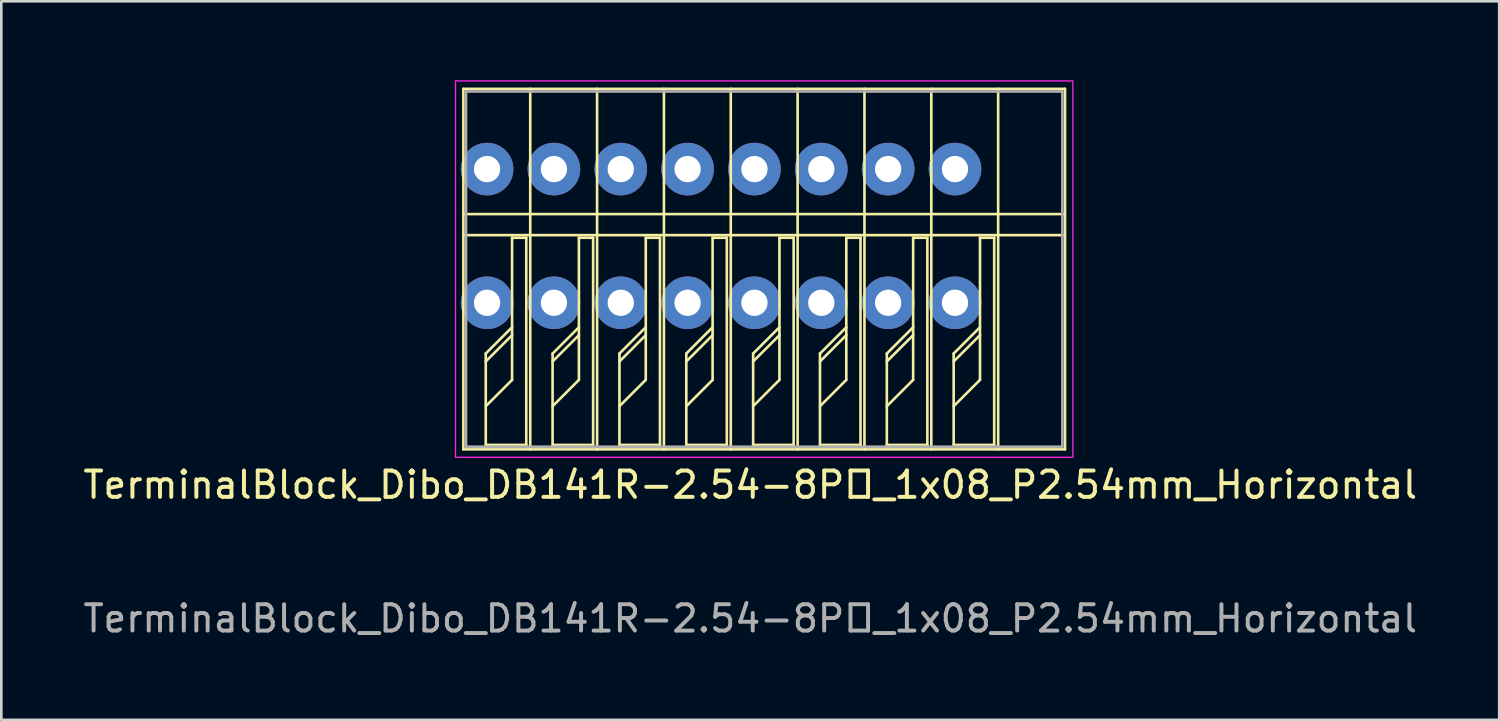
<source format=kicad_pcb>
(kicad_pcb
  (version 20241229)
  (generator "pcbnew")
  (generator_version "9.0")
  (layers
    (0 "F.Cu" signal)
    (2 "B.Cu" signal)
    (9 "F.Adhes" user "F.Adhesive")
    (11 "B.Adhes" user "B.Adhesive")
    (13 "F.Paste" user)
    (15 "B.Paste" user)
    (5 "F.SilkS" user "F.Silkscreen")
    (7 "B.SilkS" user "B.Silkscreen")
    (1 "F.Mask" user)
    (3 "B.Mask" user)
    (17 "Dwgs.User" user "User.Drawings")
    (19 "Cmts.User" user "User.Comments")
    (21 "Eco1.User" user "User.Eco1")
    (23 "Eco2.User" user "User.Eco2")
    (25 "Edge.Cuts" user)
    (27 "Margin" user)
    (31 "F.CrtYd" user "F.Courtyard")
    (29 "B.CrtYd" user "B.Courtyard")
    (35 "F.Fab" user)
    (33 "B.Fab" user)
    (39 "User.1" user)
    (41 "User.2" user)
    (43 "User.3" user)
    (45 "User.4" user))
  (footprint "TerminalBlock_Dibo_DB141R-2.54-8P_1x08_P2.54mm_Horizontal"
    (layer "F.Cu")
    (at 24.348 5.915)
    (property "Reference" "TerminalBlock_Dibo_DB141R-2.54-8P_1x08_P2.54mm_Horizontal" (at 1.11 9.46 0) (unlocked yes) (layer "F.SilkS") (effects (font (size 1 1) (thickness 0.15))))
    (attr through_hole)
    (fp_line (start -9.79 8.11) (end -9.79 -5.59) (stroke (width 0.1) (type default)) (layer "F.SilkS"))
    (fp_line (start -8.94 4.47) (end -8.94 7.94) (stroke (width 0.1) (type default)) (layer "F.SilkS"))
    (fp_line (start -8.94 4.47) (end -7.94 3.47) (stroke (width 0.1) (type default)) (layer "F.SilkS"))
    (fp_line (start -8.94 7.94) (end -7.4 7.94) (stroke (width 0.1) (type default)) (layer "F.SilkS"))
    (fp_line (start -7.94 0.07) (end -7.94 5.47) (stroke (width 0.1) (type default)) (layer "F.SilkS"))
    (fp_line (start -7.94 0.07) (end -7.4 0.07) (stroke (width 0.1) (type default)) (layer "F.SilkS"))
    (fp_line (start -7.94 3.77) (end -8.94 4.77) (stroke (width 0.1) (type default)) (layer "F.SilkS"))
    (fp_line (start -7.94 5.47) (end -8.94 6.47) (stroke (width 0.1) (type default)) (layer "F.SilkS"))
    (fp_line (start -7.4 7.94) (end -7.4 0.07) (stroke (width 0.1) (type default)) (layer "F.SilkS"))
    (fp_line (start -7.25 8.11) (end -7.25 -5.59) (stroke (width 0.1) (type default)) (layer "F.SilkS"))
    (fp_line (start -6.4 4.47) (end -6.4 7.94) (stroke (width 0.1) (type default)) (layer "F.SilkS"))
    (fp_line (start -6.4 4.47) (end -5.4 3.47) (stroke (width 0.1) (type default)) (layer "F.SilkS"))
    (fp_line (start -6.4 7.94) (end -4.86 7.94) (stroke (width 0.1) (type default)) (layer "F.SilkS"))
    (fp_line (start -5.4 0.07) (end -5.4 5.47) (stroke (width 0.1) (type default)) (layer "F.SilkS"))
    (fp_line (start -5.4 0.07) (end -4.86 0.07) (stroke (width 0.1) (type default)) (layer "F.SilkS"))
    (fp_line (start -5.4 3.77) (end -6.4 4.77) (stroke (width 0.1) (type default)) (layer "F.SilkS"))
    (fp_line (start -5.4 5.47) (end -6.4 6.47) (stroke (width 0.1) (type default)) (layer "F.SilkS"))
    (fp_line (start -4.86 7.94) (end -4.86 0.07) (stroke (width 0.1) (type default)) (layer "F.SilkS"))
    (fp_line (start -4.71 8.11) (end -4.71 -5.59) (stroke (width 0.1) (type default)) (layer "F.SilkS"))
    (fp_line (start -3.86 4.47) (end -3.86 7.94) (stroke (width 0.1) (type default)) (layer "F.SilkS"))
    (fp_line (start -3.86 4.47) (end -2.86 3.47) (stroke (width 0.1) (type default)) (layer "F.SilkS"))
    (fp_line (start -3.86 7.94) (end -2.32 7.94) (stroke (width 0.1) (type default)) (layer "F.SilkS"))
    (fp_line (start -2.86 0.07) (end -2.86 5.47) (stroke (width 0.1) (type default)) (layer "F.SilkS"))
    (fp_line (start -2.86 0.07) (end -2.32 0.07) (stroke (width 0.1) (type default)) (layer "F.SilkS"))
    (fp_line (start -2.86 3.77) (end -3.86 4.77) (stroke (width 0.1) (type default)) (layer "F.SilkS"))
    (fp_line (start -2.86 5.47) (end -3.86 6.47) (stroke (width 0.1) (type default)) (layer "F.SilkS"))
    (fp_line (start -2.32 7.94) (end -2.32 0.07) (stroke (width 0.1) (type default)) (layer "F.SilkS"))
    (fp_line (start -2.17 8.11) (end -2.17 -5.59) (stroke (width 0.1) (type default)) (layer "F.SilkS"))
    (fp_line (start -1.32 4.47) (end -1.32 7.94) (stroke (width 0.1) (type default)) (layer "F.SilkS"))
    (fp_line (start -1.32 4.47) (end -0.32 3.47) (stroke (width 0.1) (type default)) (layer "F.SilkS"))
    (fp_line (start -1.32 7.94) (end 0.22 7.94) (stroke (width 0.1) (type default)) (layer "F.SilkS"))
    (fp_line (start -0.32 0.07) (end -0.32 5.47) (stroke (width 0.1) (type default)) (layer "F.SilkS"))
    (fp_line (start -0.32 0.07) (end 0.22 0.07) (stroke (width 0.1) (type default)) (layer "F.SilkS"))
    (fp_line (start -0.32 3.77) (end -1.32 4.77) (stroke (width 0.1) (type default)) (layer "F.SilkS"))
    (fp_line (start -0.32 5.47) (end -1.32 6.47) (stroke (width 0.1) (type default)) (layer "F.SilkS"))
    (fp_line (start 0.22 7.94) (end 0.22 0.07) (stroke (width 0.1) (type default)) (layer "F.SilkS"))
    (fp_line (start 0.37 8.11) (end 0.37 -5.59) (stroke (width 0.1) (type default)) (layer "F.SilkS"))
    (fp_line (start 1.22 4.47) (end 1.22 7.94) (stroke (width 0.1) (type default)) (layer "F.SilkS"))
    (fp_line (start 1.22 4.47) (end 2.22 3.47) (stroke (width 0.1) (type default)) (layer "F.SilkS"))
    (fp_line (start 1.22 7.94) (end 2.76 7.94) (stroke (width 0.1) (type default)) (layer "F.SilkS"))
    (fp_line (start 2.22 0.07) (end 2.22 5.47) (stroke (width 0.1) (type default)) (layer "F.SilkS"))
    (fp_line (start 2.22 0.07) (end 2.76 0.07) (stroke (width 0.1) (type default)) (layer "F.SilkS"))
    (fp_line (start 2.22 3.77) (end 1.22 4.77) (stroke (width 0.1) (type default)) (layer "F.SilkS"))
    (fp_line (start 2.22 5.47) (end 1.22 6.47) (stroke (width 0.1) (type default)) (layer "F.SilkS"))
    (fp_line (start 2.76 7.94) (end 2.76 0.07) (stroke (width 0.1) (type default)) (layer "F.SilkS"))
    (fp_line (start 2.91 8.11) (end 2.91 -5.59) (stroke (width 0.1) (type default)) (layer "F.SilkS"))
    (fp_line (start 3.76 4.47) (end 3.76 7.94) (stroke (width 0.1) (type default)) (layer "F.SilkS"))
    (fp_line (start 3.76 4.47) (end 4.76 3.47) (stroke (width 0.1) (type default)) (layer "F.SilkS"))
    (fp_line (start 3.76 7.94) (end 5.3 7.94) (stroke (width 0.1) (type default)) (layer "F.SilkS"))
    (fp_line (start 4.76 0.07) (end 4.76 5.47) (stroke (width 0.1) (type default)) (layer "F.SilkS"))
    (fp_line (start 4.76 0.07) (end 5.3 0.07) (stroke (width 0.1) (type default)) (layer "F.SilkS"))
    (fp_line (start 4.76 3.77) (end 3.76 4.77) (stroke (width 0.1) (type default)) (layer "F.SilkS"))
    (fp_line (start 4.76 5.47) (end 3.76 6.47) (stroke (width 0.1) (type default)) (layer "F.SilkS"))
    (fp_line (start 5.3 7.94) (end 5.3 0.07) (stroke (width 0.1) (type default)) (layer "F.SilkS"))
    (fp_line (start 5.45 8.11) (end 5.45 -5.59) (stroke (width 0.1) (type default)) (layer "F.SilkS"))
    (fp_line (start 6.3 4.47) (end 6.3 7.94) (stroke (width 0.1) (type default)) (layer "F.SilkS"))
    (fp_line (start 6.3 4.47) (end 7.3 3.47) (stroke (width 0.1) (type default)) (layer "F.SilkS"))
    (fp_line (start 6.3 7.94) (end 7.84 7.94) (stroke (width 0.1) (type default)) (layer "F.SilkS"))
    (fp_line (start 7.3 0.07) (end 7.3 5.47) (stroke (width 0.1) (type default)) (layer "F.SilkS"))
    (fp_line (start 7.3 0.07) (end 7.84 0.07) (stroke (width 0.1) (type default)) (layer "F.SilkS"))
    (fp_line (start 7.3 3.77) (end 6.3 4.77) (stroke (width 0.1) (type default)) (layer "F.SilkS"))
    (fp_line (start 7.3 5.47) (end 6.3 6.47) (stroke (width 0.1) (type default)) (layer "F.SilkS"))
    (fp_line (start 7.84 7.94) (end 7.84 0.07) (stroke (width 0.1) (type default)) (layer "F.SilkS"))
    (fp_line (start 7.99 8.11) (end 7.99 -5.59) (stroke (width 0.1) (type default)) (layer "F.SilkS"))
    (fp_line (start 8.84 4.47) (end 8.84 7.94) (stroke (width 0.1) (type default)) (layer "F.SilkS"))
    (fp_line (start 8.84 4.47) (end 9.84 3.47) (stroke (width 0.1) (type default)) (layer "F.SilkS"))
    (fp_line (start 8.84 7.94) (end 10.38 7.94) (stroke (width 0.1) (type default)) (layer "F.SilkS"))
    (fp_line (start 9.84 0.07) (end 9.84 5.47) (stroke (width 0.1) (type default)) (layer "F.SilkS"))
    (fp_line (start 9.84 0.07) (end 10.38 0.07) (stroke (width 0.1) (type default)) (layer "F.SilkS"))
    (fp_line (start 9.84 3.77) (end 8.84 4.77) (stroke (width 0.1) (type default)) (layer "F.SilkS"))
    (fp_line (start 9.84 5.47) (end 8.84 6.47) (stroke (width 0.1) (type default)) (layer "F.SilkS"))
    (fp_line (start 10.38 7.94) (end 10.38 0.07) (stroke (width 0.1) (type default)) (layer "F.SilkS"))
    (fp_line (start 10.53 8.11) (end 10.53 -5.59) (stroke (width 0.1) (type default)) (layer "F.SilkS"))
    (fp_line (start 13.07 -5.59) (end -9.79 -5.59) (stroke (width 0.1) (type default)) (layer "F.SilkS"))
    (fp_line (start 13.07 -5.59) (end 13.07 8.11) (stroke (width 0.1) (type default)) (layer "F.SilkS"))
    (fp_line (start 13.07 -0.83) (end -9.79 -0.83) (stroke (width 0.1) (type default)) (layer "F.SilkS"))
    (fp_line (start 13.07 -0.03) (end -9.79 -0.03) (stroke (width 0.1) (type default)) (layer "F.SilkS"))
    (fp_line (start 13.07 8.11) (end -9.79 8.11) (stroke (width 0.1) (type default)) (layer "F.SilkS"))
    (fp_rect (start 13.37 8.41) (end -10.09 -5.89) (stroke (width 0.05) (type default)) (fill no) (layer "F.CrtYd"))
    (fp_line (start -9.69 -5.49) (end 12.97 -5.49) (stroke (width 0.1) (type default)) (layer "F.Fab"))
    (fp_line (start -9.69 8.01) (end -9.69 -5.49) (stroke (width 0.1) (type default)) (layer "F.Fab"))
    (fp_line (start 12.97 -5.49) (end 12.97 8.01) (stroke (width 0.1) (type default)) (layer "F.Fab"))
    (fp_line (start 12.97 8.01) (end -9.69 8.01) (stroke (width 0.1) (type default)) (layer "F.Fab"))
    (fp_text user "${REFERENCE}" (at 1.11 14.54 0) (unlocked yes) (layer "F.Fab") (effects (font (size 1 1) (thickness 0.15))))
    (pad "1" thru_hole circle (at -8.89 -2.54 180) (size 2 2) (drill 1) (layers "*.Cu" "*.Mask"))
    (pad "1" thru_hole circle (at -8.89 2.54 180) (size 2 2) (drill 1) (layers "*.Cu" "*.Mask"))
    (pad "2" thru_hole circle (at -6.35 -2.54 180) (size 2 2) (drill 1) (layers "*.Cu" "*.Mask"))
    (pad "2" thru_hole circle (at -6.35 2.54 180) (size 2 2) (drill 1) (layers "*.Cu" "*.Mask"))
    (pad "3" thru_hole circle (at -3.81 -2.54 180) (size 2 2) (drill 1) (layers "*.Cu" "*.Mask"))
    (pad "3" thru_hole circle (at -3.81 2.54 180) (size 2 2) (drill 1) (layers "*.Cu" "*.Mask"))
    (pad "4" thru_hole circle (at -1.27 -2.54 180) (size 2 2) (drill 1) (layers "*.Cu" "*.Mask"))
    (pad "4" thru_hole circle (at -1.27 2.54 180) (size 2 2) (drill 1) (layers "*.Cu" "*.Mask"))
    (pad "5" thru_hole circle (at 1.27 -2.54 180) (size 2 2) (drill 1) (layers "*.Cu" "*.Mask"))
    (pad "5" thru_hole circle (at 1.27 2.54 180) (size 2 2) (drill 1) (layers "*.Cu" "*.Mask"))
    (pad "6" thru_hole circle (at 3.81 -2.54 180) (size 2 2) (drill 1) (layers "*.Cu" "*.Mask"))
    (pad "6" thru_hole circle (at 3.81 2.54 180) (size 2 2) (drill 1) (layers "*.Cu" "*.Mask"))
    (pad "7" thru_hole circle (at 6.35 -2.54 180) (size 2 2) (drill 1) (layers "*.Cu" "*.Mask"))
    (pad "7" thru_hole circle (at 6.35 2.54 180) (size 2 2) (drill 1) (layers "*.Cu" "*.Mask"))
    (pad "8" thru_hole circle (at 8.89 -2.54 180) (size 2 2) (drill 1) (layers "*.Cu" "*.Mask"))
    (pad "8" thru_hole circle (at 8.89 2.54 180) (size 2 2) (drill 1) (layers "*.Cu" "*.Mask")))
  (gr_rect
    (start -3 -3)
    (end 53.917 24.303)
    (stroke (width 0.1) (type default))
    (fill no)
    (layer "Edge.Cuts")))
</source>
